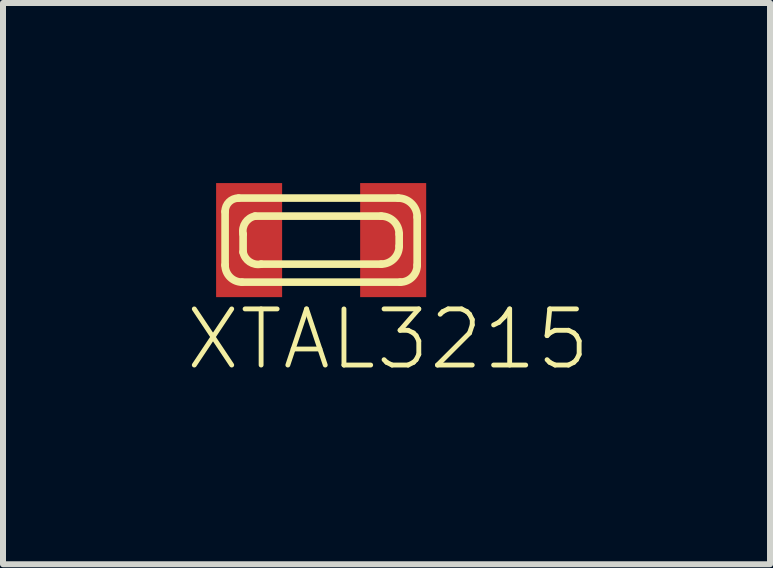
<source format=kicad_pcb>
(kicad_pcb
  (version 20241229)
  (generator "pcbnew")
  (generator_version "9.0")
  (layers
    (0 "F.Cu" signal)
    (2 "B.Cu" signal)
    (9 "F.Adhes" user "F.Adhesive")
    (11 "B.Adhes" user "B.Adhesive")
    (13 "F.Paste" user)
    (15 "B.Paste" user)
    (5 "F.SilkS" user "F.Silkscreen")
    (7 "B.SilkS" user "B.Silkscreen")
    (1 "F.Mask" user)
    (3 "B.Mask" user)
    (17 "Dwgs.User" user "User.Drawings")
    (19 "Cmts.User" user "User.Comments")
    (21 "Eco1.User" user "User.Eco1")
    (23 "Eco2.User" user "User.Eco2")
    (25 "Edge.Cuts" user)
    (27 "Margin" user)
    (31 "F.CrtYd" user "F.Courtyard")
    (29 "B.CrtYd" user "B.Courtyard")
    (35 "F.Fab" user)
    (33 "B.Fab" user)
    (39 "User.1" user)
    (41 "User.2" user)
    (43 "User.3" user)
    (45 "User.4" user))
  (footprint "XTAL3215"
    (layer "F.Cu")
    (at 2.3 0.95)
    (property "Reference" "XTAL3215" (at -2.3 2.2 0) (layer "F.SilkS") (effects (font (size 0.935 0.935) (thickness 0.081)) (justify left bottom)))
    (fp_line (start -1.6 0.417) (end -1.6 -0.476) (stroke (width 0.127) (type solid)) (layer "F.SilkS"))
    (fp_line (start -1.376 -0.7) (end 1.284 -0.7) (stroke (width 0.127) (type solid)) (layer "F.SilkS"))
    (fp_line (start -1.3 0.2) (end -1.3 -0.1) (stroke (width 0.127) (type solid)) (layer "F.SilkS"))
    (fp_line (start -1.1 -0.4) (end 1 -0.4) (stroke (width 0.127) (type solid)) (layer "F.SilkS"))
    (fp_line (start 1 0.4) (end -1 0.4) (stroke (width 0.127) (type solid)) (layer "F.SilkS"))
    (fp_line (start 1.3 -0.1) (end 1.3 0.1) (stroke (width 0.127) (type solid)) (layer "F.SilkS"))
    (fp_line (start 1.317 0.7) (end -1.317 0.7) (stroke (width 0.127) (type solid)) (layer "F.SilkS"))
    (fp_line (start 1.6 -0.384) (end 1.6 0.417) (stroke (width 0.127) (type solid)) (layer "F.SilkS"))
    (fp_arc (start -1.6 -0.4764) (mid -1.534509 -0.634509) (end -1.3764 -0.7) (stroke (width 0.127) (type solid)) (layer "F.SilkS"))
    (fp_arc (start -1.3172 0.7) (mid -1.51717 0.61717) (end -1.6 0.4172) (stroke (width 0.127) (type solid)) (layer "F.SilkS"))
    (fp_arc (start -1.3 -0.1) (mid -1.262161 -0.291441) (end -1.099999 -0.399999) (stroke (width 0.127) (type solid)) (layer "F.SilkS"))
    (fp_arc (start -1 0.4) (mid -1.191422 0.362132) (end -1.300001 0.199999) (stroke (width 0.127) (type solid)) (layer "F.SilkS"))
    (fp_arc (start 1 -0.4) (mid 1.212103 -0.312103) (end 1.3 -0.1) (stroke (width 0.127) (type solid)) (layer "F.SilkS"))
    (fp_arc (start 1.2838 -0.7) (mid 1.507387 -0.607387) (end 1.6 -0.3838) (stroke (width 0.127) (type solid)) (layer "F.SilkS"))
    (fp_arc (start 1.3 0.1) (mid 1.212131 0.312132) (end 0.999999 0.399999) (stroke (width 0.127) (type solid)) (layer "F.SilkS"))
    (fp_arc (start 1.6 0.4172) (mid 1.51717 0.61717) (end 1.3172 0.7) (stroke (width 0.127) (type solid)) (layer "F.SilkS"))
    (pad "P$1" smd rect (at 1.2 0) (size 1.1 1.9) (layers "F.Cu" "F.Mask" "F.Paste"))
    (pad "P$2" smd rect (at -1.2 0 180) (size 1.1 1.9) (layers "F.Cu" "F.Mask" "F.Paste")))
  (gr_rect
    (start -3 -3)
    (end 9.778 6.35)
    (stroke (width 0.1) (type default))
    (fill no)
    (layer "Edge.Cuts")))
</source>
